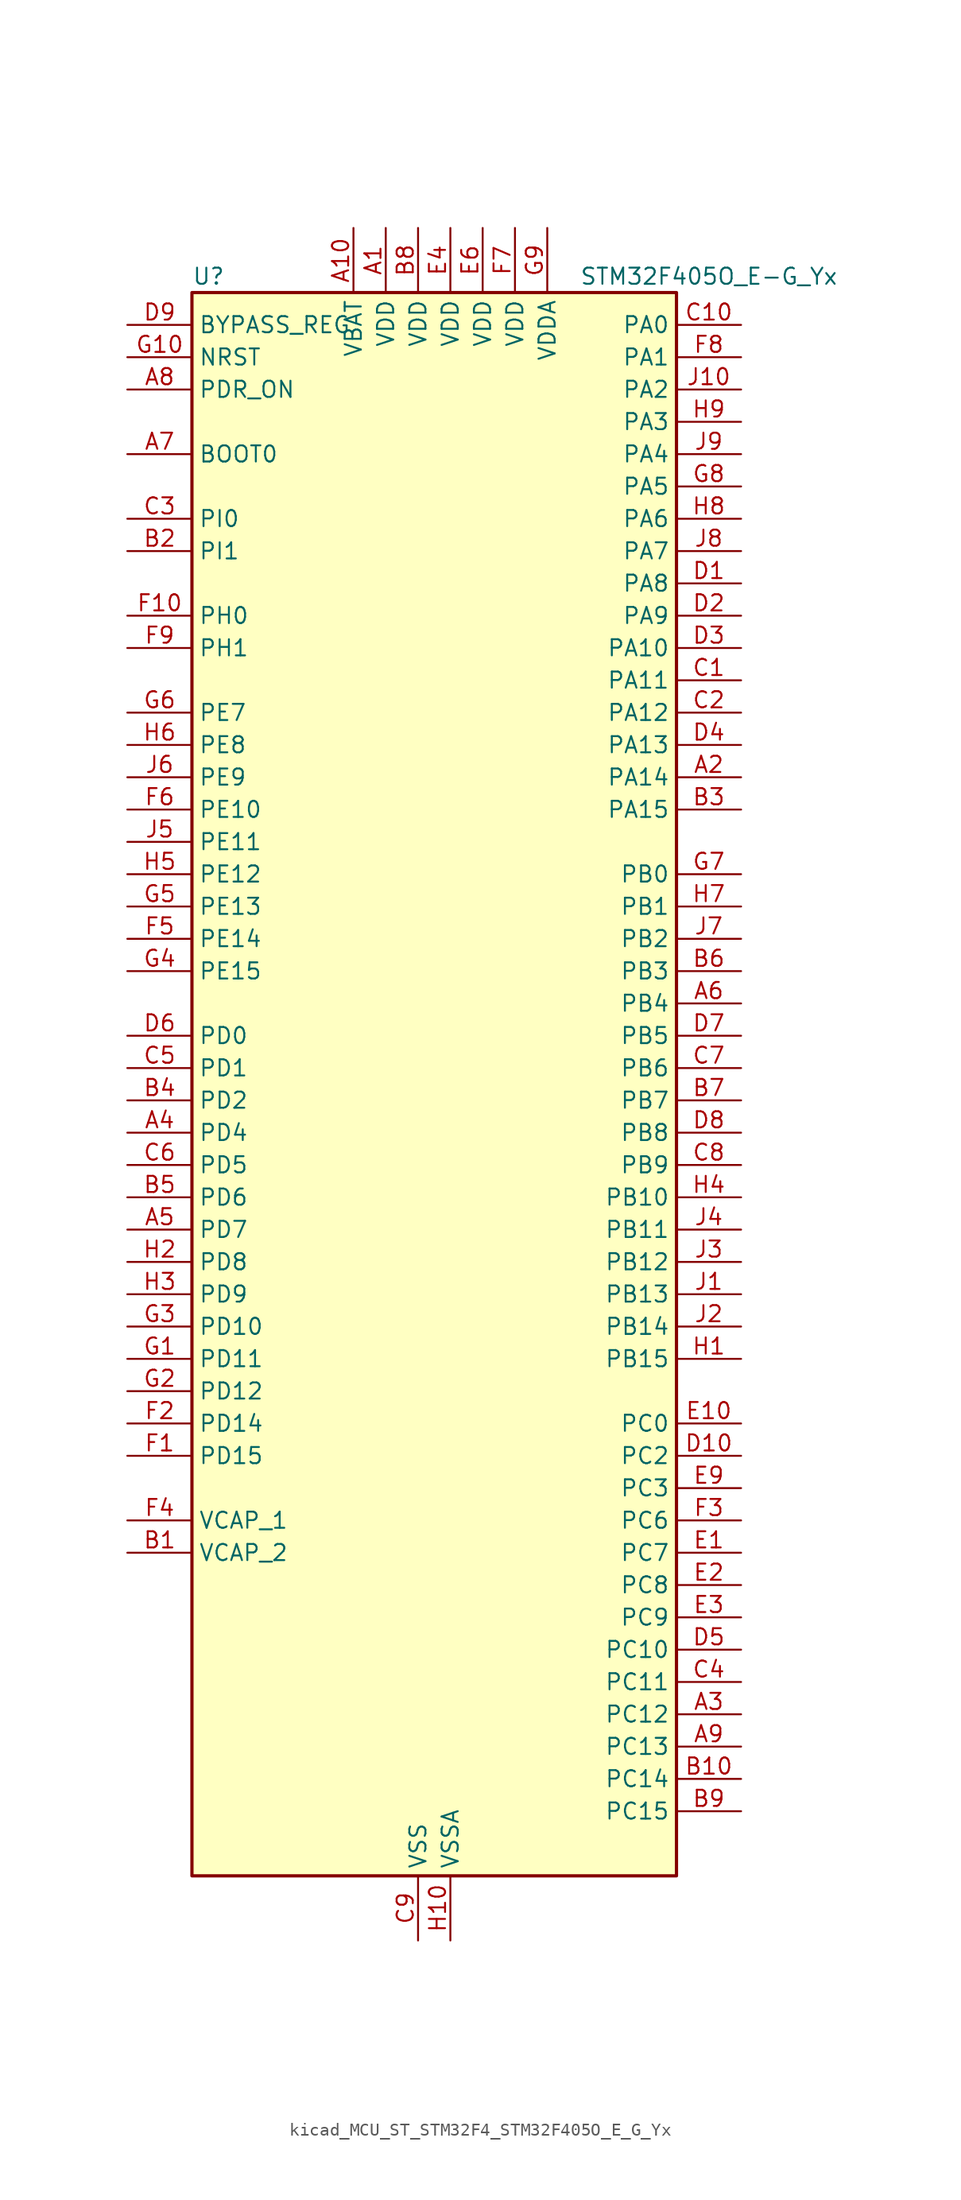
<source format=kicad_sym>
(kicad_symbol_lib
  (version 20220914)
  (generator kicad_symbol_editor)
  (symbol "kicad_MCU_ST_STM32F4_STM32F405O_E_G_Yx"
    (property "Reference" "U"
      (at -17.78 64.77 0)
      (effects (font (size 1.27 1.27)) (justify left)))
    (property "Value" "STM32F405O_E-G_Yx"
      (at 12.7 64.77 0)
      (effects (font (size 1.27 1.27)) (justify left)))
    (property "ki_locked" ""
      (at 0 0 0)
      (effects (font (size 1.27 1.27))))
    (symbol "kicad_MCU_ST_STM32F4_STM32F405O_E_G_Yx_0_1"
      (rectangle (start -17.78 -60.96) (end 20.32 63.5) (stroke (width 0.254) (type default)) (fill (type background))))
    (symbol "kicad_MCU_ST_STM32F4_STM32F405O_E_G_Yx_1_1"
      (pin power_in line (at -2.54 68.58 270) (length 5.08) (name "VDD" (effects (font (size 1.27 1.27)))) (number "A1" (effects (font (size 1.27 1.27)))))
      (pin power_in line (at -5.08 68.58 270) (length 5.08) (name "VBAT" (effects (font (size 1.27 1.27)))) (number "A10" (effects (font (size 1.27 1.27)))))
      (pin bidirectional line (at 25.4 25.4 180) (length 5.08) (name "PA14" (effects (font (size 1.27 1.27)))) (number "A2" (effects (font (size 1.27 1.27)))) (alternate "SYS_JTCK-SWCLK" bidirectional line))
      (pin bidirectional line (at 25.4 -48.26 180) (length 5.08) (name "PC12" (effects (font (size 1.27 1.27)))) (number "A3" (effects (font (size 1.27 1.27)))) (alternate "I2S3_SD" bidirectional line) (alternate "SDIO_CK" bidirectional line) (alternate "SPI3_MOSI" bidirectional line) (alternate "UART5_TX" bidirectional line) (alternate "USART3_CK" bidirectional line))
      (pin bidirectional line (at -22.86 -2.54 0) (length 5.08) (name "PD4" (effects (font (size 1.27 1.27)))) (number "A4" (effects (font (size 1.27 1.27)))) (alternate "FSMC_NOE" bidirectional line) (alternate "USART2_RTS" bidirectional line))
      (pin bidirectional line (at -22.86 -10.16 0) (length 5.08) (name "PD7" (effects (font (size 1.27 1.27)))) (number "A5" (effects (font (size 1.27 1.27)))) (alternate "FSMC_NCE2" bidirectional line) (alternate "FSMC_NE1" bidirectional line) (alternate "USART2_CK" bidirectional line))
      (pin bidirectional line (at 25.4 7.62 180) (length 5.08) (name "PB4" (effects (font (size 1.27 1.27)))) (number "A6" (effects (font (size 1.27 1.27)))) (alternate "I2S3_ext_SD" bidirectional line) (alternate "SPI1_MISO" bidirectional line) (alternate "SPI3_MISO" bidirectional line) (alternate "SYS_JTRST" bidirectional line) (alternate "TIM3_CH1" bidirectional line))
      (pin input line (at -22.86 50.8 0) (length 5.08) (name "BOOT0" (effects (font (size 1.27 1.27)))) (number "A7" (effects (font (size 1.27 1.27)))))
      (pin input line (at -22.86 55.88 0) (length 5.08) (name "PDR_ON" (effects (font (size 1.27 1.27)))) (number "A8" (effects (font (size 1.27 1.27)))))
      (pin bidirectional line (at 25.4 -50.8 180) (length 5.08) (name "PC13" (effects (font (size 1.27 1.27)))) (number "A9" (effects (font (size 1.27 1.27)))) (alternate "RTC_AF1" bidirectional line))
      (pin power_out line (at -22.86 -35.56 0) (length 5.08) (name "VCAP_2" (effects (font (size 1.27 1.27)))) (number "B1" (effects (font (size 1.27 1.27)))))
      (pin bidirectional line (at 25.4 -53.34 180) (length 5.08) (name "PC14" (effects (font (size 1.27 1.27)))) (number "B10" (effects (font (size 1.27 1.27)))) (alternate "RCC_OSC32_IN" bidirectional line))
      (pin bidirectional line (at -22.86 43.18 0) (length 5.08) (name "PI1" (effects (font (size 1.27 1.27)))) (number "B2" (effects (font (size 1.27 1.27)))) (alternate "I2S2_CK" bidirectional line) (alternate "SPI2_SCK" bidirectional line))
      (pin bidirectional line (at 25.4 22.86 180) (length 5.08) (name "PA15" (effects (font (size 1.27 1.27)))) (number "B3" (effects (font (size 1.27 1.27)))) (alternate "ADC1_EXTI15" bidirectional line) (alternate "ADC2_EXTI15" bidirectional line) (alternate "ADC3_EXTI15" bidirectional line) (alternate "I2S3_WS" bidirectional line) (alternate "SPI1_NSS" bidirectional line) (alternate "SPI3_NSS" bidirectional line) (alternate "SYS_JTDI" bidirectional line) (alternate "TIM2_CH1" bidirectional line) (alternate "TIM2_ETR" bidirectional line))
      (pin bidirectional line (at -22.86 0 0) (length 5.08) (name "PD2" (effects (font (size 1.27 1.27)))) (number "B4" (effects (font (size 1.27 1.27)))) (alternate "SDIO_CMD" bidirectional line) (alternate "TIM3_ETR" bidirectional line) (alternate "UART5_RX" bidirectional line))
      (pin bidirectional line (at -22.86 -7.62 0) (length 5.08) (name "PD6" (effects (font (size 1.27 1.27)))) (number "B5" (effects (font (size 1.27 1.27)))) (alternate "FSMC_NWAIT" bidirectional line) (alternate "USART2_RX" bidirectional line))
      (pin bidirectional line (at 25.4 10.16 180) (length 5.08) (name "PB3" (effects (font (size 1.27 1.27)))) (number "B6" (effects (font (size 1.27 1.27)))) (alternate "I2S3_CK" bidirectional line) (alternate "SPI1_SCK" bidirectional line) (alternate "SPI3_SCK" bidirectional line) (alternate "SYS_JTDO-SWO" bidirectional line) (alternate "TIM2_CH2" bidirectional line))
      (pin bidirectional line (at 25.4 0 180) (length 5.08) (name "PB7" (effects (font (size 1.27 1.27)))) (number "B7" (effects (font (size 1.27 1.27)))) (alternate "FSMC_NL" bidirectional line) (alternate "I2C1_SDA" bidirectional line) (alternate "TIM4_CH2" bidirectional line) (alternate "USART1_RX" bidirectional line))
      (pin power_in line (at 0 68.58 270) (length 5.08) (name "VDD" (effects (font (size 1.27 1.27)))) (number "B8" (effects (font (size 1.27 1.27)))))
      (pin bidirectional line (at 25.4 -55.88 180) (length 5.08) (name "PC15" (effects (font (size 1.27 1.27)))) (number "B9" (effects (font (size 1.27 1.27)))) (alternate "ADC1_EXTI15" bidirectional line) (alternate "ADC2_EXTI15" bidirectional line) (alternate "ADC3_EXTI15" bidirectional line) (alternate "RCC_OSC32_OUT" bidirectional line))
      (pin bidirectional line (at 25.4 33.02 180) (length 5.08) (name "PA11" (effects (font (size 1.27 1.27)))) (number "C1" (effects (font (size 1.27 1.27)))) (alternate "ADC1_EXTI11" bidirectional line) (alternate "ADC2_EXTI11" bidirectional line) (alternate "ADC3_EXTI11" bidirectional line) (alternate "CAN1_RX" bidirectional line) (alternate "TIM1_CH4" bidirectional line) (alternate "USART1_CTS" bidirectional line) (alternate "USB_OTG_FS_DM" bidirectional line))
      (pin bidirectional line (at 25.4 60.96 180) (length 5.08) (name "PA0" (effects (font (size 1.27 1.27)))) (number "C10" (effects (font (size 1.27 1.27)))) (alternate "ADC1_IN0" bidirectional line) (alternate "ADC2_IN0" bidirectional line) (alternate "ADC3_IN0" bidirectional line) (alternate "SYS_WKUP" bidirectional line) (alternate "TIM2_CH1" bidirectional line) (alternate "TIM2_ETR" bidirectional line) (alternate "TIM5_CH1" bidirectional line) (alternate "TIM8_ETR" bidirectional line) (alternate "UART4_TX" bidirectional line) (alternate "USART2_CTS" bidirectional line))
      (pin bidirectional line (at 25.4 30.48 180) (length 5.08) (name "PA12" (effects (font (size 1.27 1.27)))) (number "C2" (effects (font (size 1.27 1.27)))) (alternate "CAN1_TX" bidirectional line) (alternate "TIM1_ETR" bidirectional line) (alternate "USART1_RTS" bidirectional line) (alternate "USB_OTG_FS_DP" bidirectional line))
      (pin bidirectional line (at -22.86 45.72 0) (length 5.08) (name "PI0" (effects (font (size 1.27 1.27)))) (number "C3" (effects (font (size 1.27 1.27)))) (alternate "I2S2_WS" bidirectional line) (alternate "SPI2_NSS" bidirectional line) (alternate "TIM5_CH4" bidirectional line))
      (pin bidirectional line (at 25.4 -45.72 180) (length 5.08) (name "PC11" (effects (font (size 1.27 1.27)))) (number "C4" (effects (font (size 1.27 1.27)))) (alternate "ADC1_EXTI11" bidirectional line) (alternate "ADC2_EXTI11" bidirectional line) (alternate "ADC3_EXTI11" bidirectional line) (alternate "I2S3_ext_SD" bidirectional line) (alternate "SDIO_D3" bidirectional line) (alternate "SPI3_MISO" bidirectional line) (alternate "UART4_RX" bidirectional line) (alternate "USART3_RX" bidirectional line))
      (pin bidirectional line (at -22.86 2.54 0) (length 5.08) (name "PD1" (effects (font (size 1.27 1.27)))) (number "C5" (effects (font (size 1.27 1.27)))) (alternate "CAN1_TX" bidirectional line) (alternate "FSMC_D3" bidirectional line) (alternate "FSMC_DA3" bidirectional line))
      (pin bidirectional line (at -22.86 -5.08 0) (length 5.08) (name "PD5" (effects (font (size 1.27 1.27)))) (number "C6" (effects (font (size 1.27 1.27)))) (alternate "FSMC_NWE" bidirectional line) (alternate "USART2_TX" bidirectional line))
      (pin bidirectional line (at 25.4 2.54 180) (length 5.08) (name "PB6" (effects (font (size 1.27 1.27)))) (number "C7" (effects (font (size 1.27 1.27)))) (alternate "CAN2_TX" bidirectional line) (alternate "I2C1_SCL" bidirectional line) (alternate "TIM4_CH1" bidirectional line) (alternate "USART1_TX" bidirectional line))
      (pin bidirectional line (at 25.4 -5.08 180) (length 5.08) (name "PB9" (effects (font (size 1.27 1.27)))) (number "C8" (effects (font (size 1.27 1.27)))) (alternate "CAN1_TX" bidirectional line) (alternate "DAC_EXTI9" bidirectional line) (alternate "I2C1_SDA" bidirectional line) (alternate "I2S2_WS" bidirectional line) (alternate "SDIO_D5" bidirectional line) (alternate "SPI2_NSS" bidirectional line) (alternate "TIM11_CH1" bidirectional line) (alternate "TIM4_CH4" bidirectional line))
      (pin power_in line (at 0 -66.04 90) (length 5.08) (name "VSS" (effects (font (size 1.27 1.27)))) (number "C9" (effects (font (size 1.27 1.27)))))
      (pin bidirectional line (at 25.4 40.64 180) (length 5.08) (name "PA8" (effects (font (size 1.27 1.27)))) (number "D1" (effects (font (size 1.27 1.27)))) (alternate "I2C3_SCL" bidirectional line) (alternate "RCC_MCO_1" bidirectional line) (alternate "TIM1_CH1" bidirectional line) (alternate "USART1_CK" bidirectional line) (alternate "USB_OTG_FS_SOF" bidirectional line))
      (pin bidirectional line (at 25.4 -27.94 180) (length 5.08) (name "PC2" (effects (font (size 1.27 1.27)))) (number "D10" (effects (font (size 1.27 1.27)))) (alternate "ADC1_IN12" bidirectional line) (alternate "ADC2_IN12" bidirectional line) (alternate "ADC3_IN12" bidirectional line) (alternate "I2S2_ext_SD" bidirectional line) (alternate "SPI2_MISO" bidirectional line) (alternate "USB_OTG_HS_ULPI_DIR" bidirectional line))
      (pin bidirectional line (at 25.4 38.1 180) (length 5.08) (name "PA9" (effects (font (size 1.27 1.27)))) (number "D2" (effects (font (size 1.27 1.27)))) (alternate "DAC_EXTI9" bidirectional line) (alternate "I2C3_SMBA" bidirectional line) (alternate "TIM1_CH2" bidirectional line) (alternate "USART1_TX" bidirectional line) (alternate "USB_OTG_FS_VBUS" bidirectional line))
      (pin bidirectional line (at 25.4 35.56 180) (length 5.08) (name "PA10" (effects (font (size 1.27 1.27)))) (number "D3" (effects (font (size 1.27 1.27)))) (alternate "TIM1_CH3" bidirectional line) (alternate "USART1_RX" bidirectional line) (alternate "USB_OTG_FS_ID" bidirectional line))
      (pin bidirectional line (at 25.4 27.94 180) (length 5.08) (name "PA13" (effects (font (size 1.27 1.27)))) (number "D4" (effects (font (size 1.27 1.27)))) (alternate "SYS_JTMS-SWDIO" bidirectional line))
      (pin bidirectional line (at 25.4 -43.18 180) (length 5.08) (name "PC10" (effects (font (size 1.27 1.27)))) (number "D5" (effects (font (size 1.27 1.27)))) (alternate "I2S3_CK" bidirectional line) (alternate "SDIO_D2" bidirectional line) (alternate "SPI3_SCK" bidirectional line) (alternate "UART4_TX" bidirectional line) (alternate "USART3_TX" bidirectional line))
      (pin bidirectional line (at -22.86 5.08 0) (length 5.08) (name "PD0" (effects (font (size 1.27 1.27)))) (number "D6" (effects (font (size 1.27 1.27)))) (alternate "CAN1_RX" bidirectional line) (alternate "FSMC_D2" bidirectional line) (alternate "FSMC_DA2" bidirectional line))
      (pin bidirectional line (at 25.4 5.08 180) (length 5.08) (name "PB5" (effects (font (size 1.27 1.27)))) (number "D7" (effects (font (size 1.27 1.27)))) (alternate "CAN2_RX" bidirectional line) (alternate "I2C1_SMBA" bidirectional line) (alternate "I2S3_SD" bidirectional line) (alternate "SPI1_MOSI" bidirectional line) (alternate "SPI3_MOSI" bidirectional line) (alternate "TIM3_CH2" bidirectional line) (alternate "USB_OTG_HS_ULPI_D7" bidirectional line))
      (pin bidirectional line (at 25.4 -2.54 180) (length 5.08) (name "PB8" (effects (font (size 1.27 1.27)))) (number "D8" (effects (font (size 1.27 1.27)))) (alternate "CAN1_RX" bidirectional line) (alternate "I2C1_SCL" bidirectional line) (alternate "SDIO_D4" bidirectional line) (alternate "TIM10_CH1" bidirectional line) (alternate "TIM4_CH3" bidirectional line))
      (pin input line (at -22.86 60.96 0) (length 5.08) (name "BYPASS_REG" (effects (font (size 1.27 1.27)))) (number "D9" (effects (font (size 1.27 1.27)))))
      (pin bidirectional line (at 25.4 -35.56 180) (length 5.08) (name "PC7" (effects (font (size 1.27 1.27)))) (number "E1" (effects (font (size 1.27 1.27)))) (alternate "I2S3_MCK" bidirectional line) (alternate "SDIO_D7" bidirectional line) (alternate "TIM3_CH2" bidirectional line) (alternate "TIM8_CH2" bidirectional line) (alternate "USART6_RX" bidirectional line))
      (pin bidirectional line (at 25.4 -25.4 180) (length 5.08) (name "PC0" (effects (font (size 1.27 1.27)))) (number "E10" (effects (font (size 1.27 1.27)))) (alternate "ADC1_IN10" bidirectional line) (alternate "ADC2_IN10" bidirectional line) (alternate "ADC3_IN10" bidirectional line) (alternate "USB_OTG_HS_ULPI_STP" bidirectional line))
      (pin bidirectional line (at 25.4 -38.1 180) (length 5.08) (name "PC8" (effects (font (size 1.27 1.27)))) (number "E2" (effects (font (size 1.27 1.27)))) (alternate "SDIO_D0" bidirectional line) (alternate "TIM3_CH3" bidirectional line) (alternate "TIM8_CH3" bidirectional line) (alternate "USART6_CK" bidirectional line))
      (pin bidirectional line (at 25.4 -40.64 180) (length 5.08) (name "PC9" (effects (font (size 1.27 1.27)))) (number "E3" (effects (font (size 1.27 1.27)))) (alternate "DAC_EXTI9" bidirectional line) (alternate "I2C3_SDA" bidirectional line) (alternate "I2S_CKIN" bidirectional line) (alternate "RCC_MCO_2" bidirectional line) (alternate "SDIO_D1" bidirectional line) (alternate "TIM3_CH4" bidirectional line) (alternate "TIM8_CH4" bidirectional line))
      (pin power_in line (at 2.54 68.58 270) (length 5.08) (name "VDD" (effects (font (size 1.27 1.27)))) (number "E4" (effects (font (size 1.27 1.27)))))
      (pin passive line (at 0 -66.04 90) (length 5.08) hide (name "VSS" (effects (font (size 1.27 1.27)))) (number "E5" (effects (font (size 1.27 1.27)))))
      (pin power_in line (at 5.08 68.58 270) (length 5.08) (name "VDD" (effects (font (size 1.27 1.27)))) (number "E6" (effects (font (size 1.27 1.27)))))
      (pin passive line (at 0 -66.04 90) (length 5.08) hide (name "VSS" (effects (font (size 1.27 1.27)))) (number "E7" (effects (font (size 1.27 1.27)))))
      (pin passive line (at 0 -66.04 90) (length 5.08) hide (name "VSS" (effects (font (size 1.27 1.27)))) (number "E8" (effects (font (size 1.27 1.27)))))
      (pin bidirectional line (at 25.4 -30.48 180) (length 5.08) (name "PC3" (effects (font (size 1.27 1.27)))) (number "E9" (effects (font (size 1.27 1.27)))) (alternate "ADC1_IN13" bidirectional line) (alternate "ADC2_IN13" bidirectional line) (alternate "ADC3_IN13" bidirectional line) (alternate "I2S2_SD" bidirectional line) (alternate "SPI2_MOSI" bidirectional line) (alternate "USB_OTG_HS_ULPI_NXT" bidirectional line))
      (pin bidirectional line (at -22.86 -27.94 0) (length 5.08) (name "PD15" (effects (font (size 1.27 1.27)))) (number "F1" (effects (font (size 1.27 1.27)))) (alternate "ADC1_EXTI15" bidirectional line) (alternate "ADC2_EXTI15" bidirectional line) (alternate "ADC3_EXTI15" bidirectional line) (alternate "FSMC_D1" bidirectional line) (alternate "FSMC_DA1" bidirectional line) (alternate "TIM4_CH4" bidirectional line))
      (pin bidirectional line (at -22.86 38.1 0) (length 5.08) (name "PH0" (effects (font (size 1.27 1.27)))) (number "F10" (effects (font (size 1.27 1.27)))) (alternate "RCC_OSC_IN" bidirectional line))
      (pin bidirectional line (at -22.86 -25.4 0) (length 5.08) (name "PD14" (effects (font (size 1.27 1.27)))) (number "F2" (effects (font (size 1.27 1.27)))) (alternate "FSMC_D0" bidirectional line) (alternate "FSMC_DA0" bidirectional line) (alternate "TIM4_CH3" bidirectional line))
      (pin bidirectional line (at 25.4 -33.02 180) (length 5.08) (name "PC6" (effects (font (size 1.27 1.27)))) (number "F3" (effects (font (size 1.27 1.27)))) (alternate "I2S2_MCK" bidirectional line) (alternate "SDIO_D6" bidirectional line) (alternate "TIM3_CH1" bidirectional line) (alternate "TIM8_CH1" bidirectional line) (alternate "USART6_TX" bidirectional line))
      (pin power_out line (at -22.86 -33.02 0) (length 5.08) (name "VCAP_1" (effects (font (size 1.27 1.27)))) (number "F4" (effects (font (size 1.27 1.27)))))
      (pin bidirectional line (at -22.86 12.7 0) (length 5.08) (name "PE14" (effects (font (size 1.27 1.27)))) (number "F5" (effects (font (size 1.27 1.27)))) (alternate "FSMC_D11" bidirectional line) (alternate "FSMC_DA11" bidirectional line) (alternate "TIM1_CH4" bidirectional line))
      (pin bidirectional line (at -22.86 22.86 0) (length 5.08) (name "PE10" (effects (font (size 1.27 1.27)))) (number "F6" (effects (font (size 1.27 1.27)))) (alternate "FSMC_D7" bidirectional line) (alternate "FSMC_DA7" bidirectional line) (alternate "TIM1_CH2N" bidirectional line))
      (pin power_in line (at 7.62 68.58 270) (length 5.08) (name "VDD" (effects (font (size 1.27 1.27)))) (number "F7" (effects (font (size 1.27 1.27)))))
      (pin bidirectional line (at 25.4 58.42 180) (length 5.08) (name "PA1" (effects (font (size 1.27 1.27)))) (number "F8" (effects (font (size 1.27 1.27)))) (alternate "ADC1_IN1" bidirectional line) (alternate "ADC2_IN1" bidirectional line) (alternate "ADC3_IN1" bidirectional line) (alternate "TIM2_CH2" bidirectional line) (alternate "TIM5_CH2" bidirectional line) (alternate "UART4_RX" bidirectional line) (alternate "USART2_RTS" bidirectional line))
      (pin bidirectional line (at -22.86 35.56 0) (length 5.08) (name "PH1" (effects (font (size 1.27 1.27)))) (number "F9" (effects (font (size 1.27 1.27)))) (alternate "RCC_OSC_OUT" bidirectional line))
      (pin bidirectional line (at -22.86 -20.32 0) (length 5.08) (name "PD11" (effects (font (size 1.27 1.27)))) (number "G1" (effects (font (size 1.27 1.27)))) (alternate "ADC1_EXTI11" bidirectional line) (alternate "ADC2_EXTI11" bidirectional line) (alternate "ADC3_EXTI11" bidirectional line) (alternate "FSMC_A16" bidirectional line) (alternate "FSMC_CLE" bidirectional line) (alternate "USART3_CTS" bidirectional line))
      (pin input line (at -22.86 58.42 0) (length 5.08) (name "NRST" (effects (font (size 1.27 1.27)))) (number "G10" (effects (font (size 1.27 1.27)))))
      (pin bidirectional line (at -22.86 -22.86 0) (length 5.08) (name "PD12" (effects (font (size 1.27 1.27)))) (number "G2" (effects (font (size 1.27 1.27)))) (alternate "FSMC_A17" bidirectional line) (alternate "FSMC_ALE" bidirectional line) (alternate "TIM4_CH1" bidirectional line) (alternate "USART3_RTS" bidirectional line))
      (pin bidirectional line (at -22.86 -17.78 0) (length 5.08) (name "PD10" (effects (font (size 1.27 1.27)))) (number "G3" (effects (font (size 1.27 1.27)))) (alternate "FSMC_D15" bidirectional line) (alternate "FSMC_DA15" bidirectional line) (alternate "USART3_CK" bidirectional line))
      (pin bidirectional line (at -22.86 10.16 0) (length 5.08) (name "PE15" (effects (font (size 1.27 1.27)))) (number "G4" (effects (font (size 1.27 1.27)))) (alternate "ADC1_EXTI15" bidirectional line) (alternate "ADC2_EXTI15" bidirectional line) (alternate "ADC3_EXTI15" bidirectional line) (alternate "FSMC_D12" bidirectional line) (alternate "FSMC_DA12" bidirectional line) (alternate "TIM1_BKIN" bidirectional line))
      (pin bidirectional line (at -22.86 15.24 0) (length 5.08) (name "PE13" (effects (font (size 1.27 1.27)))) (number "G5" (effects (font (size 1.27 1.27)))) (alternate "FSMC_D10" bidirectional line) (alternate "FSMC_DA10" bidirectional line) (alternate "TIM1_CH3" bidirectional line))
      (pin bidirectional line (at -22.86 30.48 0) (length 5.08) (name "PE7" (effects (font (size 1.27 1.27)))) (number "G6" (effects (font (size 1.27 1.27)))) (alternate "FSMC_D4" bidirectional line) (alternate "FSMC_DA4" bidirectional line) (alternate "TIM1_ETR" bidirectional line))
      (pin bidirectional line (at 25.4 17.78 180) (length 5.08) (name "PB0" (effects (font (size 1.27 1.27)))) (number "G7" (effects (font (size 1.27 1.27)))) (alternate "ADC1_IN8" bidirectional line) (alternate "ADC2_IN8" bidirectional line) (alternate "TIM1_CH2N" bidirectional line) (alternate "TIM3_CH3" bidirectional line) (alternate "TIM8_CH2N" bidirectional line) (alternate "USB_OTG_HS_ULPI_D1" bidirectional line))
      (pin bidirectional line (at 25.4 48.26 180) (length 5.08) (name "PA5" (effects (font (size 1.27 1.27)))) (number "G8" (effects (font (size 1.27 1.27)))) (alternate "ADC1_IN5" bidirectional line) (alternate "ADC2_IN5" bidirectional line) (alternate "DAC_OUT2" bidirectional line) (alternate "SPI1_SCK" bidirectional line) (alternate "TIM2_CH1" bidirectional line) (alternate "TIM2_ETR" bidirectional line) (alternate "TIM8_CH1N" bidirectional line) (alternate "USB_OTG_HS_ULPI_CK" bidirectional line))
      (pin power_in line (at 10.16 68.58 270) (length 5.08) (name "VDDA" (effects (font (size 1.27 1.27)))) (number "G9" (effects (font (size 1.27 1.27)))))
      (pin bidirectional line (at 25.4 -20.32 180) (length 5.08) (name "PB15" (effects (font (size 1.27 1.27)))) (number "H1" (effects (font (size 1.27 1.27)))) (alternate "ADC1_EXTI15" bidirectional line) (alternate "ADC2_EXTI15" bidirectional line) (alternate "ADC3_EXTI15" bidirectional line) (alternate "I2S2_SD" bidirectional line) (alternate "RTC_REFIN" bidirectional line) (alternate "SPI2_MOSI" bidirectional line) (alternate "TIM12_CH2" bidirectional line) (alternate "TIM1_CH3N" bidirectional line) (alternate "TIM8_CH3N" bidirectional line) (alternate "USB_OTG_HS_DP" bidirectional line))
      (pin power_in line (at 2.54 -66.04 90) (length 5.08) (name "VSSA" (effects (font (size 1.27 1.27)))) (number "H10" (effects (font (size 1.27 1.27)))))
      (pin bidirectional line (at -22.86 -12.7 0) (length 5.08) (name "PD8" (effects (font (size 1.27 1.27)))) (number "H2" (effects (font (size 1.27 1.27)))) (alternate "FSMC_D13" bidirectional line) (alternate "FSMC_DA13" bidirectional line) (alternate "USART3_TX" bidirectional line))
      (pin bidirectional line (at -22.86 -15.24 0) (length 5.08) (name "PD9" (effects (font (size 1.27 1.27)))) (number "H3" (effects (font (size 1.27 1.27)))) (alternate "DAC_EXTI9" bidirectional line) (alternate "FSMC_D14" bidirectional line) (alternate "FSMC_DA14" bidirectional line) (alternate "USART3_RX" bidirectional line))
      (pin bidirectional line (at 25.4 -7.62 180) (length 5.08) (name "PB10" (effects (font (size 1.27 1.27)))) (number "H4" (effects (font (size 1.27 1.27)))) (alternate "I2C2_SCL" bidirectional line) (alternate "I2S2_CK" bidirectional line) (alternate "SPI2_SCK" bidirectional line) (alternate "TIM2_CH3" bidirectional line) (alternate "USART3_TX" bidirectional line) (alternate "USB_OTG_HS_ULPI_D3" bidirectional line))
      (pin bidirectional line (at -22.86 17.78 0) (length 5.08) (name "PE12" (effects (font (size 1.27 1.27)))) (number "H5" (effects (font (size 1.27 1.27)))) (alternate "FSMC_D9" bidirectional line) (alternate "FSMC_DA9" bidirectional line) (alternate "TIM1_CH3N" bidirectional line))
      (pin bidirectional line (at -22.86 27.94 0) (length 5.08) (name "PE8" (effects (font (size 1.27 1.27)))) (number "H6" (effects (font (size 1.27 1.27)))) (alternate "FSMC_D5" bidirectional line) (alternate "FSMC_DA5" bidirectional line) (alternate "TIM1_CH1N" bidirectional line))
      (pin bidirectional line (at 25.4 15.24 180) (length 5.08) (name "PB1" (effects (font (size 1.27 1.27)))) (number "H7" (effects (font (size 1.27 1.27)))) (alternate "ADC1_IN9" bidirectional line) (alternate "ADC2_IN9" bidirectional line) (alternate "TIM1_CH3N" bidirectional line) (alternate "TIM3_CH4" bidirectional line) (alternate "TIM8_CH3N" bidirectional line) (alternate "USB_OTG_HS_ULPI_D2" bidirectional line))
      (pin bidirectional line (at 25.4 45.72 180) (length 5.08) (name "PA6" (effects (font (size 1.27 1.27)))) (number "H8" (effects (font (size 1.27 1.27)))) (alternate "ADC1_IN6" bidirectional line) (alternate "ADC2_IN6" bidirectional line) (alternate "SPI1_MISO" bidirectional line) (alternate "TIM13_CH1" bidirectional line) (alternate "TIM1_BKIN" bidirectional line) (alternate "TIM3_CH1" bidirectional line) (alternate "TIM8_BKIN" bidirectional line))
      (pin bidirectional line (at 25.4 53.34 180) (length 5.08) (name "PA3" (effects (font (size 1.27 1.27)))) (number "H9" (effects (font (size 1.27 1.27)))) (alternate "ADC1_IN3" bidirectional line) (alternate "ADC2_IN3" bidirectional line) (alternate "ADC3_IN3" bidirectional line) (alternate "TIM2_CH4" bidirectional line) (alternate "TIM5_CH4" bidirectional line) (alternate "TIM9_CH2" bidirectional line) (alternate "USART2_RX" bidirectional line) (alternate "USB_OTG_HS_ULPI_D0" bidirectional line))
      (pin bidirectional line (at 25.4 -15.24 180) (length 5.08) (name "PB13" (effects (font (size 1.27 1.27)))) (number "J1" (effects (font (size 1.27 1.27)))) (alternate "CAN2_TX" bidirectional line) (alternate "I2S2_CK" bidirectional line) (alternate "SPI2_SCK" bidirectional line) (alternate "TIM1_CH1N" bidirectional line) (alternate "USART3_CTS" bidirectional line) (alternate "USB_OTG_HS_ULPI_D6" bidirectional line) (alternate "USB_OTG_HS_VBUS" bidirectional line))
      (pin bidirectional line (at 25.4 55.88 180) (length 5.08) (name "PA2" (effects (font (size 1.27 1.27)))) (number "J10" (effects (font (size 1.27 1.27)))) (alternate "ADC1_IN2" bidirectional line) (alternate "ADC2_IN2" bidirectional line) (alternate "ADC3_IN2" bidirectional line) (alternate "TIM2_CH3" bidirectional line) (alternate "TIM5_CH3" bidirectional line) (alternate "TIM9_CH1" bidirectional line) (alternate "USART2_TX" bidirectional line))
      (pin bidirectional line (at 25.4 -17.78 180) (length 5.08) (name "PB14" (effects (font (size 1.27 1.27)))) (number "J2" (effects (font (size 1.27 1.27)))) (alternate "I2S2_ext_SD" bidirectional line) (alternate "SPI2_MISO" bidirectional line) (alternate "TIM12_CH1" bidirectional line) (alternate "TIM1_CH2N" bidirectional line) (alternate "TIM8_CH2N" bidirectional line) (alternate "USART3_RTS" bidirectional line) (alternate "USB_OTG_HS_DM" bidirectional line))
      (pin bidirectional line (at 25.4 -12.7 180) (length 5.08) (name "PB12" (effects (font (size 1.27 1.27)))) (number "J3" (effects (font (size 1.27 1.27)))) (alternate "CAN2_RX" bidirectional line) (alternate "I2C2_SMBA" bidirectional line) (alternate "I2S2_WS" bidirectional line) (alternate "SPI2_NSS" bidirectional line) (alternate "TIM1_BKIN" bidirectional line) (alternate "USART3_CK" bidirectional line) (alternate "USB_OTG_HS_ID" bidirectional line) (alternate "USB_OTG_HS_ULPI_D5" bidirectional line))
      (pin bidirectional line (at 25.4 -10.16 180) (length 5.08) (name "PB11" (effects (font (size 1.27 1.27)))) (number "J4" (effects (font (size 1.27 1.27)))) (alternate "ADC1_EXTI11" bidirectional line) (alternate "ADC2_EXTI11" bidirectional line) (alternate "ADC3_EXTI11" bidirectional line) (alternate "I2C2_SDA" bidirectional line) (alternate "TIM2_CH4" bidirectional line) (alternate "USART3_RX" bidirectional line) (alternate "USB_OTG_HS_ULPI_D4" bidirectional line))
      (pin bidirectional line (at -22.86 20.32 0) (length 5.08) (name "PE11" (effects (font (size 1.27 1.27)))) (number "J5" (effects (font (size 1.27 1.27)))) (alternate "ADC1_EXTI11" bidirectional line) (alternate "ADC2_EXTI11" bidirectional line) (alternate "ADC3_EXTI11" bidirectional line) (alternate "FSMC_D8" bidirectional line) (alternate "FSMC_DA8" bidirectional line) (alternate "TIM1_CH2" bidirectional line))
      (pin bidirectional line (at -22.86 25.4 0) (length 5.08) (name "PE9" (effects (font (size 1.27 1.27)))) (number "J6" (effects (font (size 1.27 1.27)))) (alternate "DAC_EXTI9" bidirectional line) (alternate "FSMC_D6" bidirectional line) (alternate "FSMC_DA6" bidirectional line) (alternate "TIM1_CH1" bidirectional line))
      (pin bidirectional line (at 25.4 12.7 180) (length 5.08) (name "PB2" (effects (font (size 1.27 1.27)))) (number "J7" (effects (font (size 1.27 1.27)))))
      (pin bidirectional line (at 25.4 43.18 180) (length 5.08) (name "PA7" (effects (font (size 1.27 1.27)))) (number "J8" (effects (font (size 1.27 1.27)))) (alternate "ADC1_IN7" bidirectional line) (alternate "ADC2_IN7" bidirectional line) (alternate "SPI1_MOSI" bidirectional line) (alternate "TIM14_CH1" bidirectional line) (alternate "TIM1_CH1N" bidirectional line) (alternate "TIM3_CH2" bidirectional line) (alternate "TIM8_CH1N" bidirectional line))
      (pin bidirectional line (at 25.4 50.8 180) (length 5.08) (name "PA4" (effects (font (size 1.27 1.27)))) (number "J9" (effects (font (size 1.27 1.27)))) (alternate "ADC1_IN4" bidirectional line) (alternate "ADC2_IN4" bidirectional line) (alternate "DAC_OUT1" bidirectional line) (alternate "I2S3_WS" bidirectional line) (alternate "SPI1_NSS" bidirectional line) (alternate "SPI3_NSS" bidirectional line) (alternate "USART2_CK" bidirectional line) (alternate "USB_OTG_HS_SOF" bidirectional line)))))
</source>
